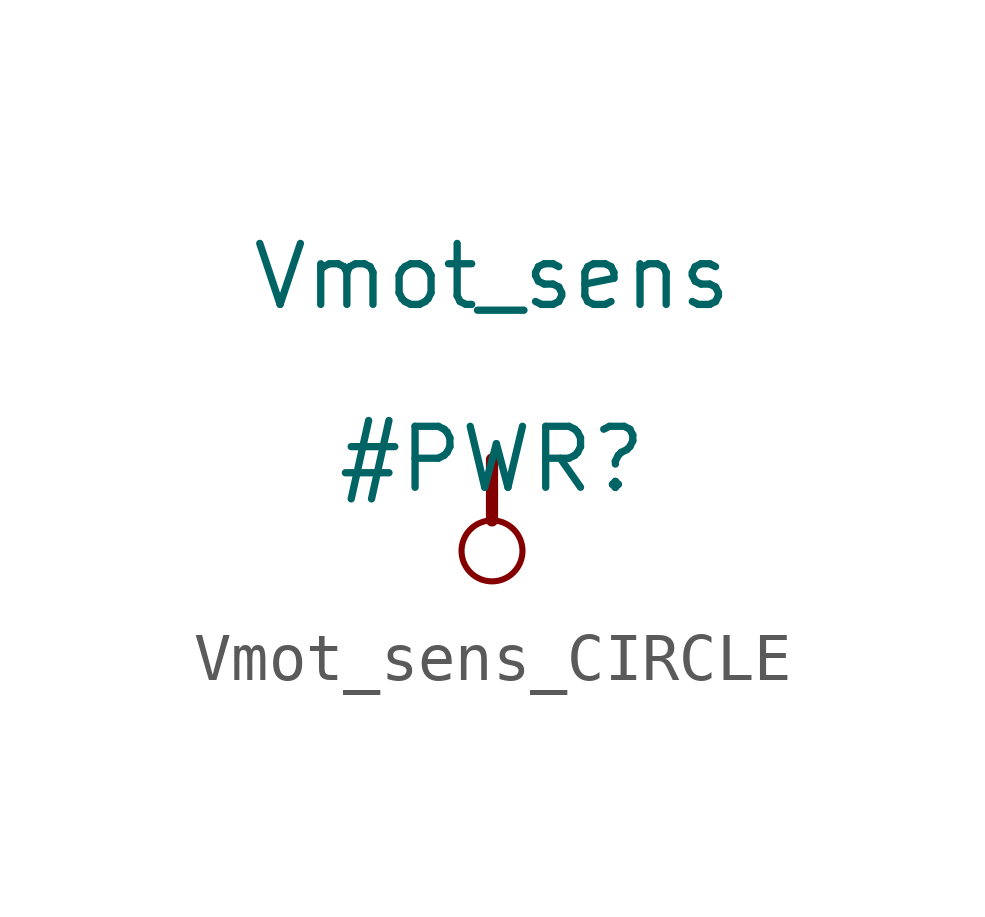
<source format=kicad_sym>
(kicad_symbol_lib
  (version 20231120)
  (generator "kicad_symbol_editor")
  (generator_version "8.0")
  (symbol "Vmot_sens_CIRCLE"
    (power)
    (property "Reference" "#PWR"
      (at 0 0 0)
      (effects (font (size 1.27 1.27))))
    (property "Value" "Vmot_sens"
      (at 0 3.81 0)
      (effects (font (size 1.27 1.27))))
    (symbol "Vmot_sens_CIRCLE_0_0"
      (circle (center 0 -1.905) (radius 0.635) (stroke (width 0.127) (type solid)) (fill (type none)))
      (polyline (pts (xy 0 0) (xy 0 -1.27)) (stroke (width 0.254) (type solid)) (fill (type none)))
      (pin power_in line (at 0 0 0) (length 0) hide (name "Vmot_sens" (effects (font (size 1.27 1.27)))) (number "" (effects (font (size 1.27 1.27))))))))
</source>
